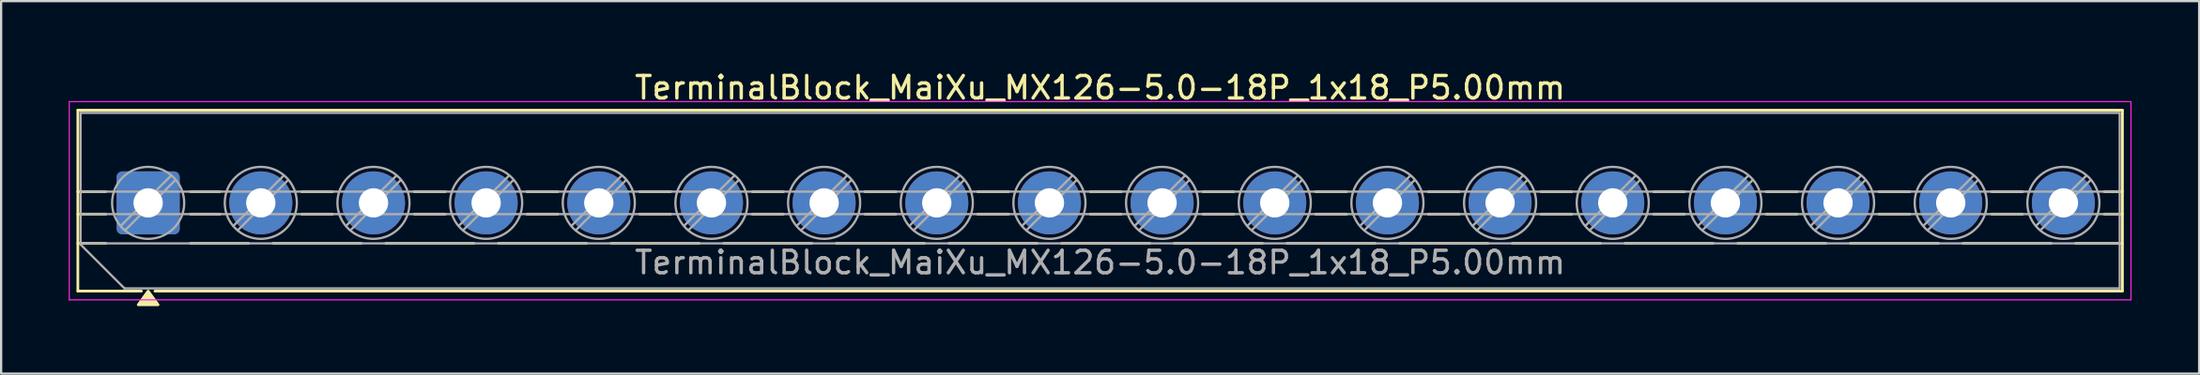
<source format=kicad_pcb>
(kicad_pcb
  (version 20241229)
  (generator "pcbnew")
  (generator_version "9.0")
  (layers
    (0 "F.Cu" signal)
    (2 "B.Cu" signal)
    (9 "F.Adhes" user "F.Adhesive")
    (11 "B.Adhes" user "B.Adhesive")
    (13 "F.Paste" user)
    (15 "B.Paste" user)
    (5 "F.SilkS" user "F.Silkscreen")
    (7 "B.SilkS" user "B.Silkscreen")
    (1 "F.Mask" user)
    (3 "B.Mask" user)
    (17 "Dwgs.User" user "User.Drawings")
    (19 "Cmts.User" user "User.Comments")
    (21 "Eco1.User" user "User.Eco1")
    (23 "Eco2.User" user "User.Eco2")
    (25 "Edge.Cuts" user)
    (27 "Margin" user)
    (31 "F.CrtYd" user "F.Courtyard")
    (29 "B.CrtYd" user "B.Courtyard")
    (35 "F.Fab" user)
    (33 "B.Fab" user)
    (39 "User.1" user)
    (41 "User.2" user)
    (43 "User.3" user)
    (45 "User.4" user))
  (footprint "TerminalBlock_MaiXu_MX126-5.0-18P_1x18_P5.00mm"
    (layer "F.Cu")
    (at 3.525 5.968)
    (property "Reference" "TerminalBlock_MaiXu_MX126-5.0-18P_1x18_P5.00mm" (at 42.25 -5.12 0) (layer "F.SilkS") (effects (font (size 1 1) (thickness 0.15))))
    (attr through_hole)
    (fp_line (start -3.12 -4.12) (end 87.62 -4.12) (stroke (width 0.12) (type solid)) (layer "F.SilkS"))
    (fp_line (start -3.12 -0.5) (end -1.88 -0.5) (stroke (width 0.12) (type solid)) (layer "F.SilkS"))
    (fp_line (start -3.12 0.5) (end -1.88 0.5) (stroke (width 0.12) (type solid)) (layer "F.SilkS"))
    (fp_line (start -3.12 1.8) (end -1.88 1.8) (stroke (width 0.12) (type solid)) (layer "F.SilkS"))
    (fp_line (start -3.12 3.92) (end -3.12 -4.12) (stroke (width 0.12) (type solid)) (layer "F.SilkS"))
    (fp_line (start -0.3 3.92) (end -3.12 3.92) (stroke (width 0.12) (type solid)) (layer "F.SilkS"))
    (fp_line (start 1.88 -0.5) (end 3.188 -0.5) (stroke (width 0.12) (type solid)) (layer "F.SilkS"))
    (fp_line (start 1.88 0.5) (end 3.188 0.5) (stroke (width 0.12) (type solid)) (layer "F.SilkS"))
    (fp_line (start 1.88 1.8) (end 4.457 1.8) (stroke (width 0.12) (type solid)) (layer "F.SilkS"))
    (fp_line (start 5.543 1.8) (end 9.457 1.8) (stroke (width 0.12) (type solid)) (layer "F.SilkS"))
    (fp_line (start 6.812 -0.5) (end 8.188 -0.5) (stroke (width 0.12) (type solid)) (layer "F.SilkS"))
    (fp_line (start 6.812 0.5) (end 8.188 0.5) (stroke (width 0.12) (type solid)) (layer "F.SilkS"))
    (fp_line (start 10.543 1.8) (end 14.457 1.8) (stroke (width 0.12) (type solid)) (layer "F.SilkS"))
    (fp_line (start 11.812 -0.5) (end 13.188 -0.5) (stroke (width 0.12) (type solid)) (layer "F.SilkS"))
    (fp_line (start 11.812 0.5) (end 13.188 0.5) (stroke (width 0.12) (type solid)) (layer "F.SilkS"))
    (fp_line (start 15.543 1.8) (end 19.457 1.8) (stroke (width 0.12) (type solid)) (layer "F.SilkS"))
    (fp_line (start 16.812 -0.5) (end 18.188 -0.5) (stroke (width 0.12) (type solid)) (layer "F.SilkS"))
    (fp_line (start 16.812 0.5) (end 18.188 0.5) (stroke (width 0.12) (type solid)) (layer "F.SilkS"))
    (fp_line (start 20.543 1.8) (end 24.457 1.8) (stroke (width 0.12) (type solid)) (layer "F.SilkS"))
    (fp_line (start 21.812 -0.5) (end 23.188 -0.5) (stroke (width 0.12) (type solid)) (layer "F.SilkS"))
    (fp_line (start 21.812 0.5) (end 23.188 0.5) (stroke (width 0.12) (type solid)) (layer "F.SilkS"))
    (fp_line (start 25.543 1.8) (end 29.457 1.8) (stroke (width 0.12) (type solid)) (layer "F.SilkS"))
    (fp_line (start 26.812 -0.5) (end 28.188 -0.5) (stroke (width 0.12) (type solid)) (layer "F.SilkS"))
    (fp_line (start 26.812 0.5) (end 28.188 0.5) (stroke (width 0.12) (type solid)) (layer "F.SilkS"))
    (fp_line (start 30.543 1.8) (end 34.457 1.8) (stroke (width 0.12) (type solid)) (layer "F.SilkS"))
    (fp_line (start 31.812 -0.5) (end 33.188 -0.5) (stroke (width 0.12) (type solid)) (layer "F.SilkS"))
    (fp_line (start 31.812 0.5) (end 33.188 0.5) (stroke (width 0.12) (type solid)) (layer "F.SilkS"))
    (fp_line (start 35.543 1.8) (end 39.457 1.8) (stroke (width 0.12) (type solid)) (layer "F.SilkS"))
    (fp_line (start 36.812 -0.5) (end 38.188 -0.5) (stroke (width 0.12) (type solid)) (layer "F.SilkS"))
    (fp_line (start 36.812 0.5) (end 38.188 0.5) (stroke (width 0.12) (type solid)) (layer "F.SilkS"))
    (fp_line (start 40.543 1.8) (end 44.457 1.8) (stroke (width 0.12) (type solid)) (layer "F.SilkS"))
    (fp_line (start 41.812 -0.5) (end 43.188 -0.5) (stroke (width 0.12) (type solid)) (layer "F.SilkS"))
    (fp_line (start 41.812 0.5) (end 43.188 0.5) (stroke (width 0.12) (type solid)) (layer "F.SilkS"))
    (fp_line (start 45.543 1.8) (end 49.457 1.8) (stroke (width 0.12) (type solid)) (layer "F.SilkS"))
    (fp_line (start 46.812 -0.5) (end 48.188 -0.5) (stroke (width 0.12) (type solid)) (layer "F.SilkS"))
    (fp_line (start 46.812 0.5) (end 48.188 0.5) (stroke (width 0.12) (type solid)) (layer "F.SilkS"))
    (fp_line (start 50.543 1.8) (end 54.457 1.8) (stroke (width 0.12) (type solid)) (layer "F.SilkS"))
    (fp_line (start 51.812 -0.5) (end 53.188 -0.5) (stroke (width 0.12) (type solid)) (layer "F.SilkS"))
    (fp_line (start 51.812 0.5) (end 53.188 0.5) (stroke (width 0.12) (type solid)) (layer "F.SilkS"))
    (fp_line (start 55.543 1.8) (end 59.457 1.8) (stroke (width 0.12) (type solid)) (layer "F.SilkS"))
    (fp_line (start 56.812 -0.5) (end 58.188 -0.5) (stroke (width 0.12) (type solid)) (layer "F.SilkS"))
    (fp_line (start 56.812 0.5) (end 58.188 0.5) (stroke (width 0.12) (type solid)) (layer "F.SilkS"))
    (fp_line (start 60.543 1.8) (end 64.457 1.8) (stroke (width 0.12) (type solid)) (layer "F.SilkS"))
    (fp_line (start 61.812 -0.5) (end 63.188 -0.5) (stroke (width 0.12) (type solid)) (layer "F.SilkS"))
    (fp_line (start 61.812 0.5) (end 63.188 0.5) (stroke (width 0.12) (type solid)) (layer "F.SilkS"))
    (fp_line (start 65.543 1.8) (end 69.457 1.8) (stroke (width 0.12) (type solid)) (layer "F.SilkS"))
    (fp_line (start 66.812 -0.5) (end 68.188 -0.5) (stroke (width 0.12) (type solid)) (layer "F.SilkS"))
    (fp_line (start 66.812 0.5) (end 68.188 0.5) (stroke (width 0.12) (type solid)) (layer "F.SilkS"))
    (fp_line (start 70.543 1.8) (end 74.457 1.8) (stroke (width 0.12) (type solid)) (layer "F.SilkS"))
    (fp_line (start 71.812 -0.5) (end 73.188 -0.5) (stroke (width 0.12) (type solid)) (layer "F.SilkS"))
    (fp_line (start 71.812 0.5) (end 73.188 0.5) (stroke (width 0.12) (type solid)) (layer "F.SilkS"))
    (fp_line (start 75.543 1.8) (end 79.457 1.8) (stroke (width 0.12) (type solid)) (layer "F.SilkS"))
    (fp_line (start 76.812 -0.5) (end 78.188 -0.5) (stroke (width 0.12) (type solid)) (layer "F.SilkS"))
    (fp_line (start 76.812 0.5) (end 78.188 0.5) (stroke (width 0.12) (type solid)) (layer "F.SilkS"))
    (fp_line (start 80.543 1.8) (end 84.457 1.8) (stroke (width 0.12) (type solid)) (layer "F.SilkS"))
    (fp_line (start 81.812 -0.5) (end 83.188 -0.5) (stroke (width 0.12) (type solid)) (layer "F.SilkS"))
    (fp_line (start 81.812 0.5) (end 83.188 0.5) (stroke (width 0.12) (type solid)) (layer "F.SilkS"))
    (fp_line (start 85.543 1.8) (end 87.62 1.8) (stroke (width 0.12) (type solid)) (layer "F.SilkS"))
    (fp_line (start 86.812 -0.5) (end 87.62 -0.5) (stroke (width 0.12) (type solid)) (layer "F.SilkS"))
    (fp_line (start 86.812 0.5) (end 87.62 0.5) (stroke (width 0.12) (type solid)) (layer "F.SilkS"))
    (fp_line (start 87.62 -4.12) (end 87.62 3.92) (stroke (width 0.12) (type solid)) (layer "F.SilkS"))
    (fp_line (start 87.62 3.92) (end 0.3 3.92) (stroke (width 0.12) (type solid)) (layer "F.SilkS"))
    (fp_poly (pts (xy 0 3.92) (xy 0.44 4.53) (xy -0.44 4.53)) (stroke (width 0.12) (type solid)) (fill yes) (layer "F.SilkS"))
    (fp_line (start -3.5 -4.5) (end -3.5 4.31) (stroke (width 0.05) (type solid)) (layer "F.CrtYd"))
    (fp_line (start -3.5 4.31) (end 88 4.31) (stroke (width 0.05) (type solid)) (layer "F.CrtYd"))
    (fp_line (start 88 -4.5) (end -3.5 -4.5) (stroke (width 0.05) (type solid)) (layer "F.CrtYd"))
    (fp_line (start 88 4.31) (end 88 -4.5) (stroke (width 0.05) (type solid)) (layer "F.CrtYd"))
    (fp_line (start -3 -4) (end 87.5 -4) (stroke (width 0.1) (type solid)) (layer "F.Fab"))
    (fp_line (start -3 -0.5) (end 87.5 -0.5) (stroke (width 0.1) (type solid)) (layer "F.Fab"))
    (fp_line (start -3 0.5) (end 87.5 0.5) (stroke (width 0.1) (type solid)) (layer "F.Fab"))
    (fp_line (start -3 1.8) (end 87.5 1.8) (stroke (width 0.1) (type solid)) (layer "F.Fab"))
    (fp_line (start -3 1.85) (end -3 -4) (stroke (width 0.1) (type solid)) (layer "F.Fab"))
    (fp_line (start -1.05 3.8) (end -3 1.85) (stroke (width 0.1) (type solid)) (layer "F.Fab"))
    (fp_line (start 1.018 -1.213) (end -1.213 1.018) (stroke (width 0.1) (type solid)) (layer "F.Fab"))
    (fp_line (start 1.213 -1.018) (end -1.018 1.213) (stroke (width 0.1) (type solid)) (layer "F.Fab"))
    (fp_line (start 6.018 -1.213) (end 3.787 1.018) (stroke (width 0.1) (type solid)) (layer "F.Fab"))
    (fp_line (start 6.213 -1.018) (end 3.982 1.213) (stroke (width 0.1) (type solid)) (layer "F.Fab"))
    (fp_line (start 11.018 -1.213) (end 8.787 1.018) (stroke (width 0.1) (type solid)) (layer "F.Fab"))
    (fp_line (start 11.213 -1.018) (end 8.982 1.213) (stroke (width 0.1) (type solid)) (layer "F.Fab"))
    (fp_line (start 16.018 -1.213) (end 13.787 1.018) (stroke (width 0.1) (type solid)) (layer "F.Fab"))
    (fp_line (start 16.213 -1.018) (end 13.982 1.213) (stroke (width 0.1) (type solid)) (layer "F.Fab"))
    (fp_line (start 21.018 -1.213) (end 18.787 1.018) (stroke (width 0.1) (type solid)) (layer "F.Fab"))
    (fp_line (start 21.213 -1.018) (end 18.982 1.213) (stroke (width 0.1) (type solid)) (layer "F.Fab"))
    (fp_line (start 26.018 -1.213) (end 23.787 1.018) (stroke (width 0.1) (type solid)) (layer "F.Fab"))
    (fp_line (start 26.213 -1.018) (end 23.982 1.213) (stroke (width 0.1) (type solid)) (layer "F.Fab"))
    (fp_line (start 31.018 -1.213) (end 28.787 1.018) (stroke (width 0.1) (type solid)) (layer "F.Fab"))
    (fp_line (start 31.213 -1.018) (end 28.982 1.213) (stroke (width 0.1) (type solid)) (layer "F.Fab"))
    (fp_line (start 36.018 -1.213) (end 33.787 1.018) (stroke (width 0.1) (type solid)) (layer "F.Fab"))
    (fp_line (start 36.213 -1.018) (end 33.982 1.213) (stroke (width 0.1) (type solid)) (layer "F.Fab"))
    (fp_line (start 41.018 -1.213) (end 38.787 1.018) (stroke (width 0.1) (type solid)) (layer "F.Fab"))
    (fp_line (start 41.213 -1.018) (end 38.982 1.213) (stroke (width 0.1) (type solid)) (layer "F.Fab"))
    (fp_line (start 46.018 -1.213) (end 43.787 1.018) (stroke (width 0.1) (type solid)) (layer "F.Fab"))
    (fp_line (start 46.213 -1.018) (end 43.982 1.213) (stroke (width 0.1) (type solid)) (layer "F.Fab"))
    (fp_line (start 51.018 -1.213) (end 48.787 1.018) (stroke (width 0.1) (type solid)) (layer "F.Fab"))
    (fp_line (start 51.213 -1.018) (end 48.982 1.213) (stroke (width 0.1) (type solid)) (layer "F.Fab"))
    (fp_line (start 56.018 -1.213) (end 53.787 1.018) (stroke (width 0.1) (type solid)) (layer "F.Fab"))
    (fp_line (start 56.213 -1.018) (end 53.982 1.213) (stroke (width 0.1) (type solid)) (layer "F.Fab"))
    (fp_line (start 61.018 -1.213) (end 58.787 1.018) (stroke (width 0.1) (type solid)) (layer "F.Fab"))
    (fp_line (start 61.213 -1.018) (end 58.982 1.213) (stroke (width 0.1) (type solid)) (layer "F.Fab"))
    (fp_line (start 66.018 -1.213) (end 63.787 1.018) (stroke (width 0.1) (type solid)) (layer "F.Fab"))
    (fp_line (start 66.213 -1.018) (end 63.982 1.213) (stroke (width 0.1) (type solid)) (layer "F.Fab"))
    (fp_line (start 71.018 -1.213) (end 68.787 1.018) (stroke (width 0.1) (type solid)) (layer "F.Fab"))
    (fp_line (start 71.213 -1.018) (end 68.982 1.213) (stroke (width 0.1) (type solid)) (layer "F.Fab"))
    (fp_line (start 76.018 -1.213) (end 73.787 1.018) (stroke (width 0.1) (type solid)) (layer "F.Fab"))
    (fp_line (start 76.213 -1.018) (end 73.982 1.213) (stroke (width 0.1) (type solid)) (layer "F.Fab"))
    (fp_line (start 81.018 -1.213) (end 78.787 1.018) (stroke (width 0.1) (type solid)) (layer "F.Fab"))
    (fp_line (start 81.213 -1.018) (end 78.982 1.213) (stroke (width 0.1) (type solid)) (layer "F.Fab"))
    (fp_line (start 86.018 -1.213) (end 83.787 1.018) (stroke (width 0.1) (type solid)) (layer "F.Fab"))
    (fp_line (start 86.213 -1.018) (end 83.982 1.213) (stroke (width 0.1) (type solid)) (layer "F.Fab"))
    (fp_line (start 87.5 -4) (end 87.5 3.8) (stroke (width 0.1) (type solid)) (layer "F.Fab"))
    (fp_line (start 87.5 3.8) (end -1.05 3.8) (stroke (width 0.1) (type solid)) (layer "F.Fab"))
    (fp_circle (center 0 0) (end 1.6 0) (stroke (width 0.1) (type solid)) (fill no) (layer "F.Fab"))
    (fp_circle (center 5 0) (end 6.6 0) (stroke (width 0.1) (type solid)) (fill no) (layer "F.Fab"))
    (fp_circle (center 10 0) (end 11.6 0) (stroke (width 0.1) (type solid)) (fill no) (layer "F.Fab"))
    (fp_circle (center 15 0) (end 16.6 0) (stroke (width 0.1) (type solid)) (fill no) (layer "F.Fab"))
    (fp_circle (center 20 0) (end 21.6 0) (stroke (width 0.1) (type solid)) (fill no) (layer "F.Fab"))
    (fp_circle (center 25 0) (end 26.6 0) (stroke (width 0.1) (type solid)) (fill no) (layer "F.Fab"))
    (fp_circle (center 30 0) (end 31.6 0) (stroke (width 0.1) (type solid)) (fill no) (layer "F.Fab"))
    (fp_circle (center 35 0) (end 36.6 0) (stroke (width 0.1) (type solid)) (fill no) (layer "F.Fab"))
    (fp_circle (center 40 0) (end 41.6 0) (stroke (width 0.1) (type solid)) (fill no) (layer "F.Fab"))
    (fp_circle (center 45 0) (end 46.6 0) (stroke (width 0.1) (type solid)) (fill no) (layer "F.Fab"))
    (fp_circle (center 50 0) (end 51.6 0) (stroke (width 0.1) (type solid)) (fill no) (layer "F.Fab"))
    (fp_circle (center 55 0) (end 56.6 0) (stroke (width 0.1) (type solid)) (fill no) (layer "F.Fab"))
    (fp_circle (center 60 0) (end 61.6 0) (stroke (width 0.1) (type solid)) (fill no) (layer "F.Fab"))
    (fp_circle (center 65 0) (end 66.6 0) (stroke (width 0.1) (type solid)) (fill no) (layer "F.Fab"))
    (fp_circle (center 70 0) (end 71.6 0) (stroke (width 0.1) (type solid)) (fill no) (layer "F.Fab"))
    (fp_circle (center 75 0) (end 76.6 0) (stroke (width 0.1) (type solid)) (fill no) (layer "F.Fab"))
    (fp_circle (center 80 0) (end 81.6 0) (stroke (width 0.1) (type solid)) (fill no) (layer "F.Fab"))
    (fp_circle (center 85 0) (end 86.6 0) (stroke (width 0.1) (type solid)) (fill no) (layer "F.Fab"))
    (fp_text user "${REFERENCE}" (at 42.25 2.65 0) (layer "F.Fab") (effects (font (size 1 1) (thickness 0.15))))
    (pad "1" thru_hole roundrect (at 0 0) (size 2.8 2.8) (drill 1.3) (layers "*.Cu" "*.Mask") (roundrect_rratio 0.089))
    (pad "2" thru_hole circle (at 5 0) (size 2.8 2.8) (drill 1.3) (layers "*.Cu" "*.Mask"))
    (pad "3" thru_hole circle (at 10 0) (size 2.8 2.8) (drill 1.3) (layers "*.Cu" "*.Mask"))
    (pad "4" thru_hole circle (at 15 0) (size 2.8 2.8) (drill 1.3) (layers "*.Cu" "*.Mask"))
    (pad "5" thru_hole circle (at 20 0) (size 2.8 2.8) (drill 1.3) (layers "*.Cu" "*.Mask"))
    (pad "6" thru_hole circle (at 25 0) (size 2.8 2.8) (drill 1.3) (layers "*.Cu" "*.Mask"))
    (pad "7" thru_hole circle (at 30 0) (size 2.8 2.8) (drill 1.3) (layers "*.Cu" "*.Mask"))
    (pad "8" thru_hole circle (at 35 0) (size 2.8 2.8) (drill 1.3) (layers "*.Cu" "*.Mask"))
    (pad "9" thru_hole circle (at 40 0) (size 2.8 2.8) (drill 1.3) (layers "*.Cu" "*.Mask"))
    (pad "10" thru_hole circle (at 45 0) (size 2.8 2.8) (drill 1.3) (layers "*.Cu" "*.Mask"))
    (pad "11" thru_hole circle (at 50 0) (size 2.8 2.8) (drill 1.3) (layers "*.Cu" "*.Mask"))
    (pad "12" thru_hole circle (at 55 0) (size 2.8 2.8) (drill 1.3) (layers "*.Cu" "*.Mask"))
    (pad "13" thru_hole circle (at 60 0) (size 2.8 2.8) (drill 1.3) (layers "*.Cu" "*.Mask"))
    (pad "14" thru_hole circle (at 65 0) (size 2.8 2.8) (drill 1.3) (layers "*.Cu" "*.Mask"))
    (pad "15" thru_hole circle (at 70 0) (size 2.8 2.8) (drill 1.3) (layers "*.Cu" "*.Mask"))
    (pad "16" thru_hole circle (at 75 0) (size 2.8 2.8) (drill 1.3) (layers "*.Cu" "*.Mask"))
    (pad "17" thru_hole circle (at 80 0) (size 2.8 2.8) (drill 1.3) (layers "*.Cu" "*.Mask"))
    (pad "18" thru_hole circle (at 85 0) (size 2.8 2.8) (drill 1.3) (layers "*.Cu" "*.Mask")))
  (gr_rect
    (start -3 -3)
    (end 94.55 13.558)
    (stroke (width 0.1) (type default))
    (fill no)
    (layer "Edge.Cuts")))
</source>
